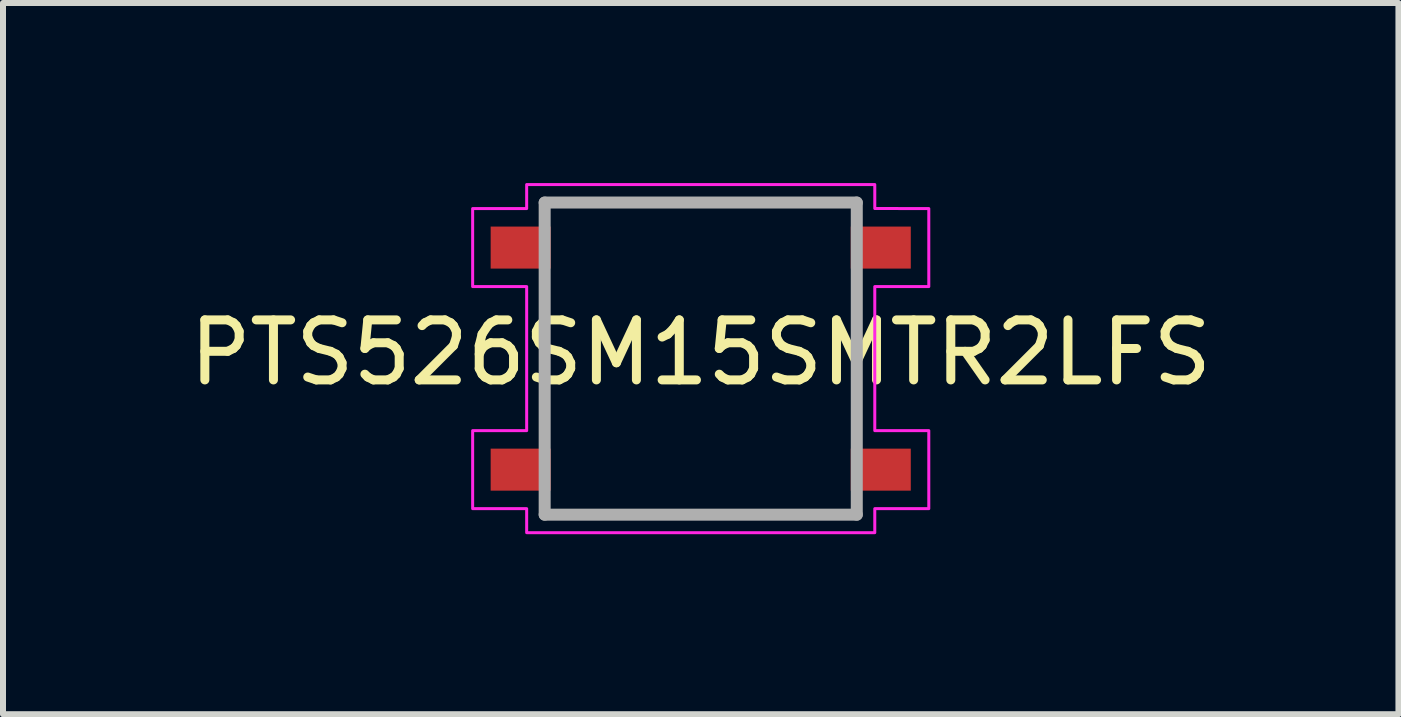
<source format=kicad_pcb>
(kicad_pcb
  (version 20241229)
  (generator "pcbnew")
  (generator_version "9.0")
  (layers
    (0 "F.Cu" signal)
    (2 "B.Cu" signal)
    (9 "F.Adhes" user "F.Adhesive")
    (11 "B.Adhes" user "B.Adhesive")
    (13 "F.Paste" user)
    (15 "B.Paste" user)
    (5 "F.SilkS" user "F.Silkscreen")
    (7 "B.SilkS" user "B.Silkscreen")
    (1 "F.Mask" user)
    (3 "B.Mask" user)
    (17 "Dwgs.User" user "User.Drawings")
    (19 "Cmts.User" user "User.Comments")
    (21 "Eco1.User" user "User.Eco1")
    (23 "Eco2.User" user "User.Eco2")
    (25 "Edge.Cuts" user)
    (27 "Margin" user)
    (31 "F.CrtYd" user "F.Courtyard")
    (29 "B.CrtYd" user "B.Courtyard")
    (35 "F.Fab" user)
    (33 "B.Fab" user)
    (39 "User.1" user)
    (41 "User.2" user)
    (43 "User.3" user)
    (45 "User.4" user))
  (footprint "PTS526SM15SMTR2LFS"
    (layer "F.Cu")
    (at 8.625 2.925)
    (property "Reference" "PTS526SM15SMTR2LFS" (at 0 -0.1 0) (layer "F.SilkS") (effects (font (size 1 1) (thickness 0.15))))
    (attr smd)
    (fp_line (start -2.6 -0.5) (end -2.6 0.5) (stroke (width 0.1) (type solid)) (layer "F.SilkS"))
    (fp_line (start -1.5 -2.6) (end 1.5 -2.6) (stroke (width 0.1) (type solid)) (layer "F.SilkS"))
    (fp_line (start -1.5 2.6) (end 1.5 2.6) (stroke (width 0.1) (type solid)) (layer "F.SilkS"))
    (fp_line (start 2.6 -0.5) (end 2.6 0.5) (stroke (width 0.1) (type solid)) (layer "F.SilkS"))
    (fp_poly (pts (xy 2.9 -2.9) (xy 2.9 -2.501) (xy 3.8 -2.5) (xy 3.8 -1.2) (xy 2.9 -1.2) (xy 2.9 1.2) (xy 3.8 1.2) (xy 3.8 2.5) (xy 2.9 2.5) (xy 2.9 2.9) (xy -2.9 2.9) (xy -2.9 2.5) (xy -3.8 2.5) (xy -3.8 1.2) (xy -2.9 1.2) (xy -2.9 -1.2) (xy -3.8 -1.2) (xy -3.8 -2.5) (xy -2.9 -2.5) (xy -2.9 -2.9)) (stroke (width 0.05) (type solid)) (fill no) (layer "F.CrtYd"))
    (fp_line (start -2.6 -2.6) (end 2.6 -2.6) (stroke (width 0.2) (type solid)) (layer "F.Fab"))
    (fp_line (start -2.6 2.6) (end -2.6 -2.6) (stroke (width 0.2) (type solid)) (layer "F.Fab"))
    (fp_line (start 2.6 -2.6) (end 2.6 2.6) (stroke (width 0.2) (type solid)) (layer "F.Fab"))
    (fp_line (start 2.6 2.6) (end -2.6 2.6) (stroke (width 0.2) (type solid)) (layer "F.Fab"))
    (pad "1" smd rect (at -3 -1.85) (size 1 0.7) (layers "F.Cu" "F.Mask" "F.Paste"))
    (pad "2" smd rect (at 3 -1.85) (size 1 0.7) (layers "F.Cu" "F.Mask" "F.Paste"))
    (pad "3" smd rect (at -3 1.85) (size 1 0.7) (layers "F.Cu" "F.Mask" "F.Paste"))
    (pad "4" smd rect (at 3 1.85) (size 1 0.7) (layers "F.Cu" "F.Mask" "F.Paste")))
  (gr_rect
    (start -3 -3)
    (end 20.25 8.85)
    (stroke (width 0.1) (type default))
    (fill no)
    (layer "Edge.Cuts")))
</source>
